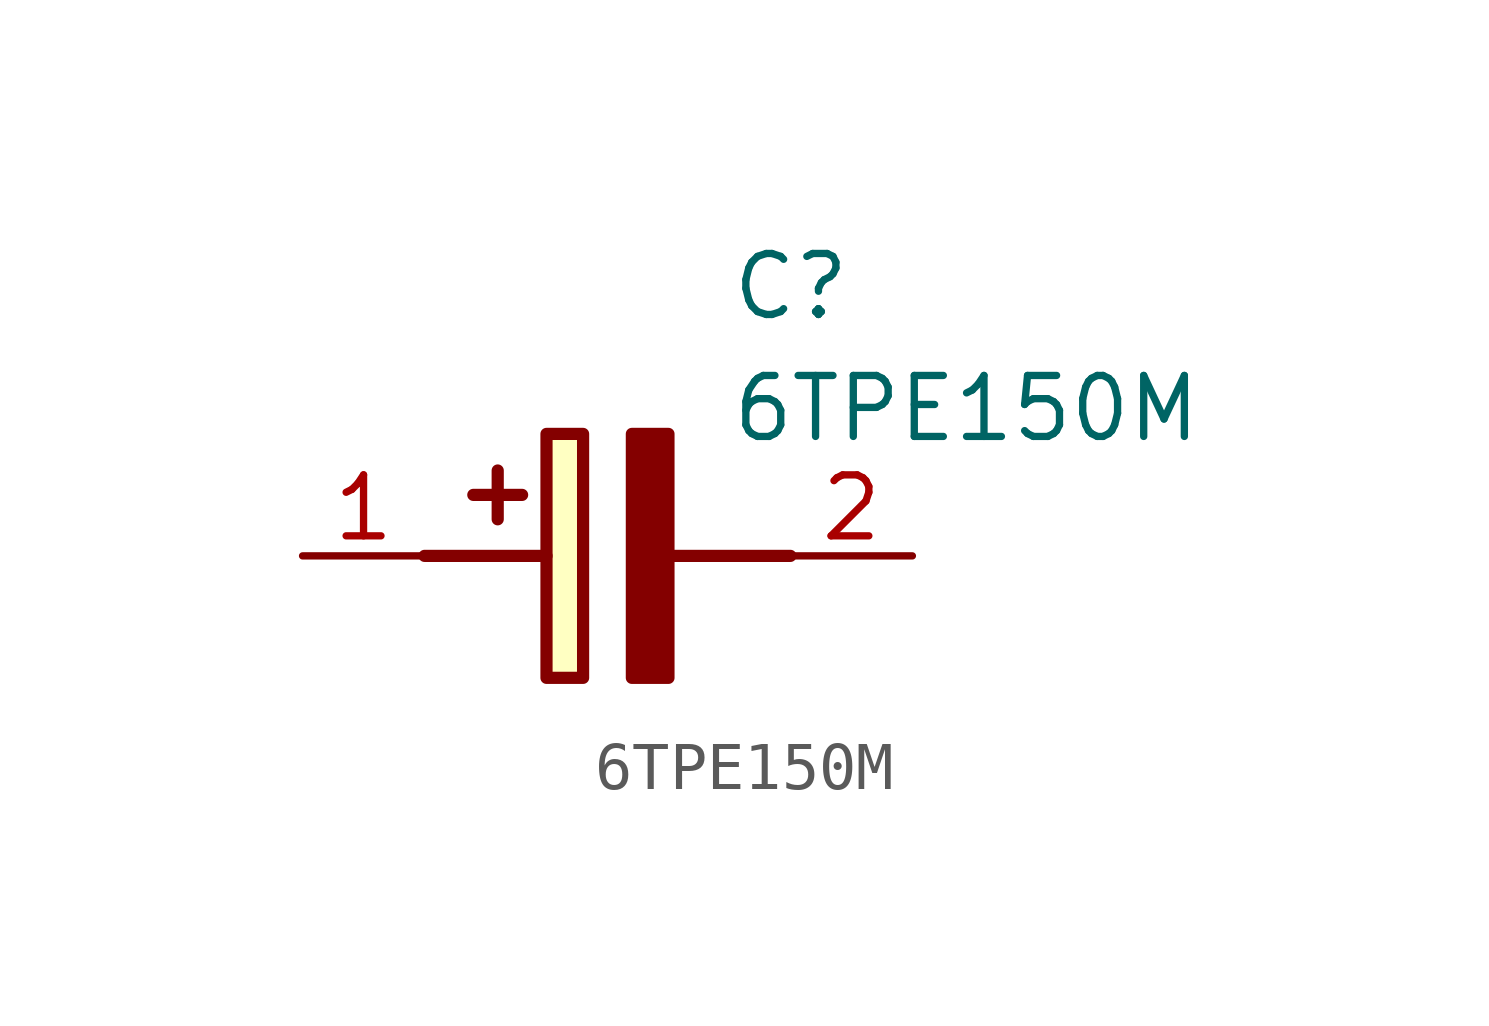
<source format=kicad_sym>
(kicad_symbol_lib
  (version 20211014)
  (generator SamacSys_ECAD_Model)
  (symbol "6TPE150M"
    (pin_names hide)
    (property "Reference" "C"
      (at 8.89 6.35 0)
      (effects (font (size 1.27 1.27)) (justify left top)))
    (property "Value" "6TPE150M"
      (at 8.89 3.81 0)
      (effects (font (size 1.27 1.27)) (justify left top)))
    (rectangle
      (start 5.08 2.54)
      (end 5.842 -2.54)
      (stroke (width 0.254) (type default))
      (fill (type background)))
    (polyline
      (pts (xy 4.572 1.27) (xy 3.556 1.27))
      (stroke (width 0.254) (type default))
      (fill (type none)))
    (polyline
      (pts (xy 4.064 1.778) (xy 4.064 0.762))
      (stroke (width 0.254) (type default))
      (fill (type none)))
    (polyline
      (pts (xy 2.54 0) (xy 5.08 0))
      (stroke (width 0.254) (type default))
      (fill (type none)))
    (polyline
      (pts (xy 7.62 0) (xy 10.16 0))
      (stroke (width 0.254) (type default))
      (fill (type none)))
    (polyline
      (pts (xy 7.62 2.54) (xy 7.62 -2.54) (xy 6.858 -2.54) (xy 6.858 2.54) (xy 7.62 2.54))
      (stroke (width 0.254) (type default))
      (fill (type outline)))
    (pin passive line
      (at 0 0 0)
      (length 2.54)
      (name "+" (effects (font (size 1.27 1.27))))
      (number "1" (effects (font (size 1.27 1.27)))))
    (pin passive line
      (at 12.7 0 180)
      (length 2.54)
      (name "-" (effects (font (size 1.27 1.27))))
      (number "2" (effects (font (size 1.27 1.27)))))))
</source>
